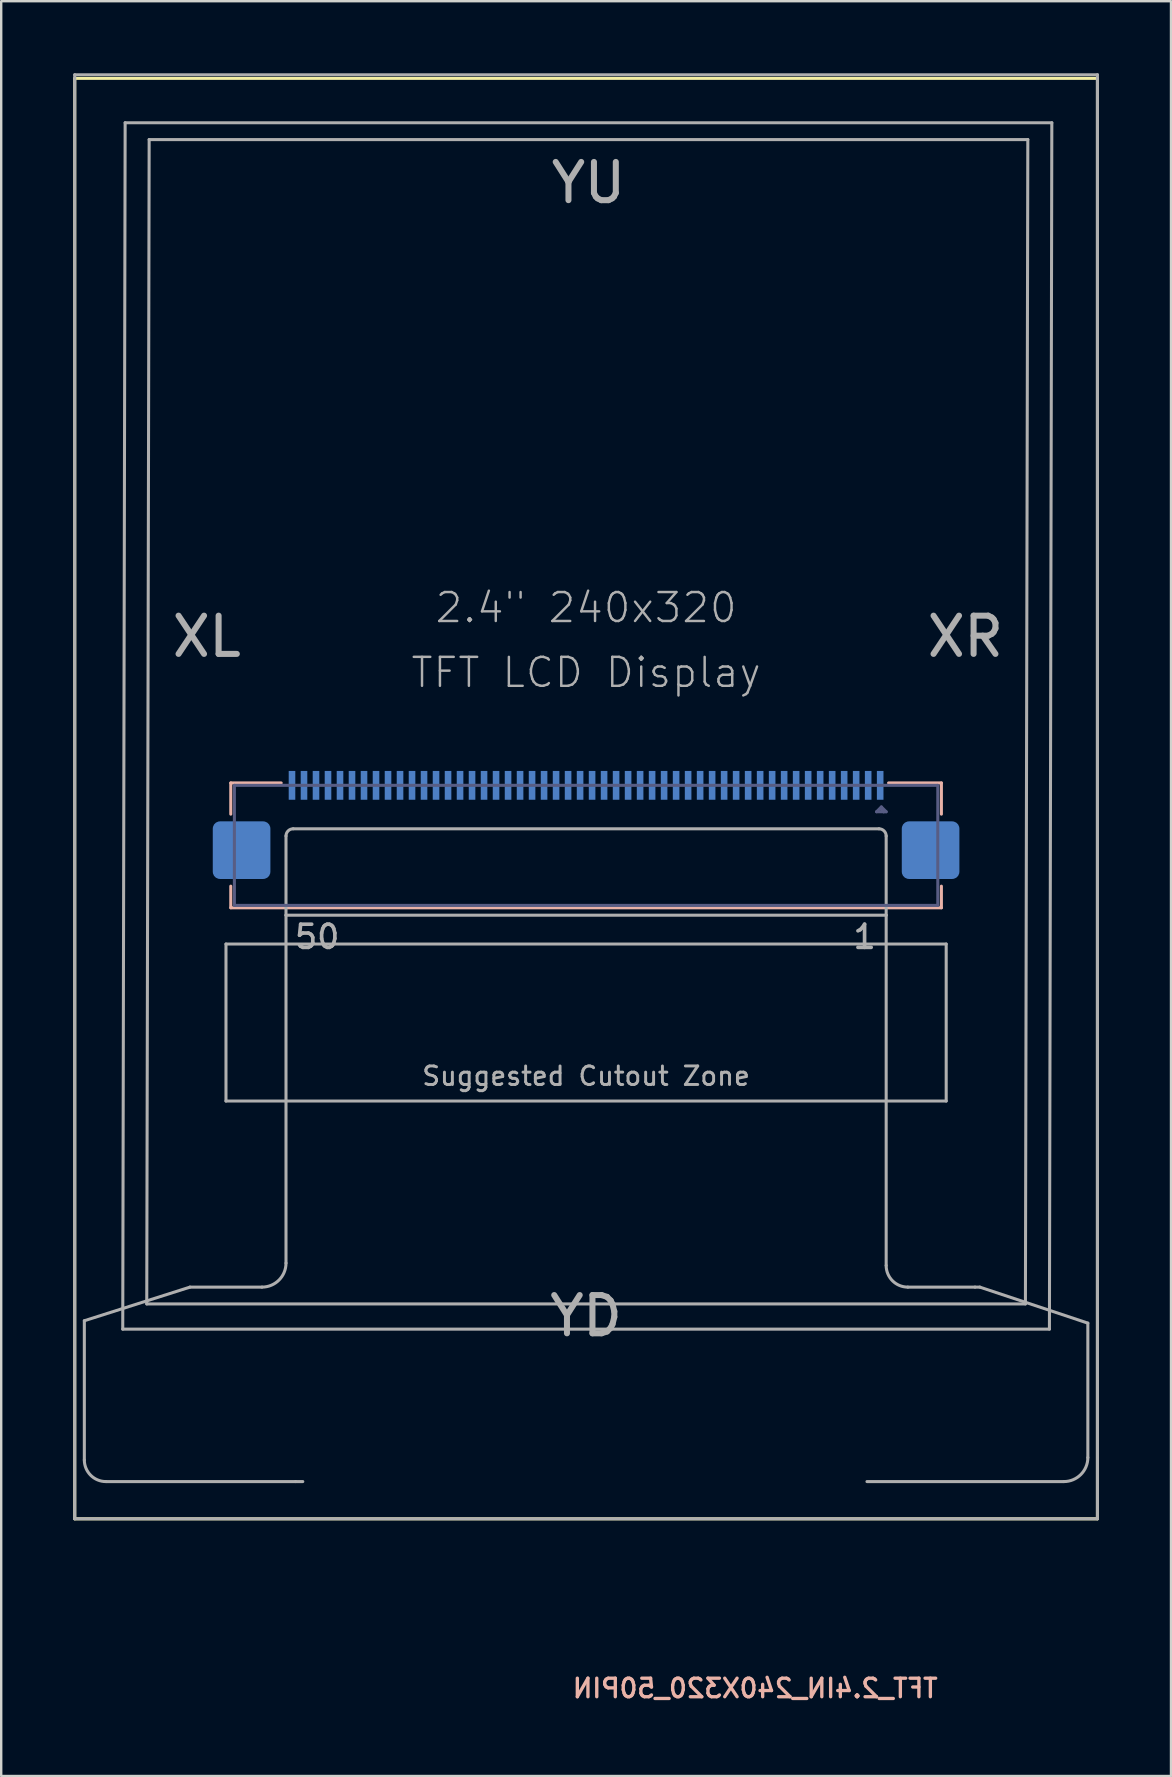
<source format=kicad_pcb>
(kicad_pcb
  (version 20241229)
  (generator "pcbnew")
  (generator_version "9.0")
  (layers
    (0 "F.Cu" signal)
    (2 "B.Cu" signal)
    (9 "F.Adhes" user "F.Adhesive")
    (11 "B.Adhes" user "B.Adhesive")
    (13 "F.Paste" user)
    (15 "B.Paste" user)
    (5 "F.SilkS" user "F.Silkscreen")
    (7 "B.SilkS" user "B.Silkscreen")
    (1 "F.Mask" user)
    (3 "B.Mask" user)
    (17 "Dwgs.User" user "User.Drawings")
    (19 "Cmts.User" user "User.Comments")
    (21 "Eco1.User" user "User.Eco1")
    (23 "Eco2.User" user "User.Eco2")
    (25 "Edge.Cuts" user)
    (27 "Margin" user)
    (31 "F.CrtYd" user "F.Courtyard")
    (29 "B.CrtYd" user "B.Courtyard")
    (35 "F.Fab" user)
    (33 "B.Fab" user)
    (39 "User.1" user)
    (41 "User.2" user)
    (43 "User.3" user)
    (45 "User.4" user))
  (footprint "TFT_2.4IN_240X320_50PIN"
    (layer "F.Cu")
    (at 21.363 58.214)
    (property "Reference" "TFT_2.4IN_240X320_50PIN" (at 14.726 9.513 180) (layer "B.SilkS") (effects (font (size 0.772 0.772) (thickness 0.139)) (justify left bottom mirror)))
    (attr through_hole)
    (fp_poly (pts (xy -12.4 -27.891) (xy -12.1 -27.891) (xy -12.1 -29.191) (xy -12.4 -29.191)) (stroke (width 0) (type solid)) (fill yes) (layer "B.Mask"))
    (fp_poly (pts (xy -11.9 -27.891) (xy -11.6 -27.891) (xy -11.6 -29.191) (xy -11.9 -29.191)) (stroke (width 0) (type solid)) (fill yes) (layer "B.Mask"))
    (fp_poly (pts (xy -11.4 -27.891) (xy -11.1 -27.891) (xy -11.1 -29.191) (xy -11.4 -29.191)) (stroke (width 0) (type solid)) (fill yes) (layer "B.Mask"))
    (fp_poly (pts (xy -10.9 -27.891) (xy -10.6 -27.891) (xy -10.6 -29.191) (xy -10.9 -29.191)) (stroke (width 0) (type solid)) (fill yes) (layer "B.Mask"))
    (fp_poly (pts (xy -10.4 -27.891) (xy -10.1 -27.891) (xy -10.1 -29.191) (xy -10.4 -29.191)) (stroke (width 0) (type solid)) (fill yes) (layer "B.Mask"))
    (fp_poly (pts (xy -9.9 -27.891) (xy -9.6 -27.891) (xy -9.6 -29.191) (xy -9.9 -29.191)) (stroke (width 0) (type solid)) (fill yes) (layer "B.Mask"))
    (fp_poly (pts (xy -9.4 -27.891) (xy -9.1 -27.891) (xy -9.1 -29.191) (xy -9.4 -29.191)) (stroke (width 0) (type solid)) (fill yes) (layer "B.Mask"))
    (fp_poly (pts (xy -8.9 -27.891) (xy -8.6 -27.891) (xy -8.6 -29.191) (xy -8.9 -29.191)) (stroke (width 0) (type solid)) (fill yes) (layer "B.Mask"))
    (fp_poly (pts (xy -8.4 -27.891) (xy -8.1 -27.891) (xy -8.1 -29.191) (xy -8.4 -29.191)) (stroke (width 0) (type solid)) (fill yes) (layer "B.Mask"))
    (fp_poly (pts (xy -7.9 -27.891) (xy -7.6 -27.891) (xy -7.6 -29.191) (xy -7.9 -29.191)) (stroke (width 0) (type solid)) (fill yes) (layer "B.Mask"))
    (fp_poly (pts (xy -7.4 -27.891) (xy -7.1 -27.891) (xy -7.1 -29.191) (xy -7.4 -29.191)) (stroke (width 0) (type solid)) (fill yes) (layer "B.Mask"))
    (fp_poly (pts (xy -6.9 -27.891) (xy -6.6 -27.891) (xy -6.6 -29.191) (xy -6.9 -29.191)) (stroke (width 0) (type solid)) (fill yes) (layer "B.Mask"))
    (fp_poly (pts (xy -6.4 -27.891) (xy -6.1 -27.891) (xy -6.1 -29.191) (xy -6.4 -29.191)) (stroke (width 0) (type solid)) (fill yes) (layer "B.Mask"))
    (fp_poly (pts (xy -5.9 -27.891) (xy -5.6 -27.891) (xy -5.6 -29.191) (xy -5.9 -29.191)) (stroke (width 0) (type solid)) (fill yes) (layer "B.Mask"))
    (fp_poly (pts (xy -5.4 -27.891) (xy -5.1 -27.891) (xy -5.1 -29.191) (xy -5.4 -29.191)) (stroke (width 0) (type solid)) (fill yes) (layer "B.Mask"))
    (fp_poly (pts (xy -4.9 -27.891) (xy -4.6 -27.891) (xy -4.6 -29.191) (xy -4.9 -29.191)) (stroke (width 0) (type solid)) (fill yes) (layer "B.Mask"))
    (fp_poly (pts (xy -4.4 -27.891) (xy -4.1 -27.891) (xy -4.1 -29.191) (xy -4.4 -29.191)) (stroke (width 0) (type solid)) (fill yes) (layer "B.Mask"))
    (fp_poly (pts (xy -3.9 -27.891) (xy -3.6 -27.891) (xy -3.6 -29.191) (xy -3.9 -29.191)) (stroke (width 0) (type solid)) (fill yes) (layer "B.Mask"))
    (fp_poly (pts (xy -3.4 -27.891) (xy -3.1 -27.891) (xy -3.1 -29.191) (xy -3.4 -29.191)) (stroke (width 0) (type solid)) (fill yes) (layer "B.Mask"))
    (fp_poly (pts (xy -2.9 -27.891) (xy -2.6 -27.891) (xy -2.6 -29.191) (xy -2.9 -29.191)) (stroke (width 0) (type solid)) (fill yes) (layer "B.Mask"))
    (fp_poly (pts (xy -2.4 -27.891) (xy -2.1 -27.891) (xy -2.1 -29.191) (xy -2.4 -29.191)) (stroke (width 0) (type solid)) (fill yes) (layer "B.Mask"))
    (fp_poly (pts (xy -1.9 -27.891) (xy -1.6 -27.891) (xy -1.6 -29.191) (xy -1.9 -29.191)) (stroke (width 0) (type solid)) (fill yes) (layer "B.Mask"))
    (fp_poly (pts (xy -1.4 -27.891) (xy -1.1 -27.891) (xy -1.1 -29.191) (xy -1.4 -29.191)) (stroke (width 0) (type solid)) (fill yes) (layer "B.Mask"))
    (fp_poly (pts (xy -0.9 -27.891) (xy -0.6 -27.891) (xy -0.6 -29.191) (xy -0.9 -29.191)) (stroke (width 0) (type solid)) (fill yes) (layer "B.Mask"))
    (fp_poly (pts (xy -0.4 -27.891) (xy -0.1 -27.891) (xy -0.1 -29.191) (xy -0.4 -29.191)) (stroke (width 0) (type solid)) (fill yes) (layer "B.Mask"))
    (fp_poly (pts (xy 0.1 -27.891) (xy 0.4 -27.891) (xy 0.4 -29.191) (xy 0.1 -29.191)) (stroke (width 0) (type solid)) (fill yes) (layer "B.Mask"))
    (fp_poly (pts (xy 0.6 -27.891) (xy 0.9 -27.891) (xy 0.9 -29.191) (xy 0.6 -29.191)) (stroke (width 0) (type solid)) (fill yes) (layer "B.Mask"))
    (fp_poly (pts (xy 1.1 -27.891) (xy 1.4 -27.891) (xy 1.4 -29.191) (xy 1.1 -29.191)) (stroke (width 0) (type solid)) (fill yes) (layer "B.Mask"))
    (fp_poly (pts (xy 1.6 -27.891) (xy 1.9 -27.891) (xy 1.9 -29.191) (xy 1.6 -29.191)) (stroke (width 0) (type solid)) (fill yes) (layer "B.Mask"))
    (fp_poly (pts (xy 2.1 -27.891) (xy 2.4 -27.891) (xy 2.4 -29.191) (xy 2.1 -29.191)) (stroke (width 0) (type solid)) (fill yes) (layer "B.Mask"))
    (fp_poly (pts (xy 2.6 -27.891) (xy 2.9 -27.891) (xy 2.9 -29.191) (xy 2.6 -29.191)) (stroke (width 0) (type solid)) (fill yes) (layer "B.Mask"))
    (fp_poly (pts (xy 3.1 -27.891) (xy 3.4 -27.891) (xy 3.4 -29.191) (xy 3.1 -29.191)) (stroke (width 0) (type solid)) (fill yes) (layer "B.Mask"))
    (fp_poly (pts (xy 3.6 -27.891) (xy 3.9 -27.891) (xy 3.9 -29.191) (xy 3.6 -29.191)) (stroke (width 0) (type solid)) (fill yes) (layer "B.Mask"))
    (fp_poly (pts (xy 4.1 -27.891) (xy 4.4 -27.891) (xy 4.4 -29.191) (xy 4.1 -29.191)) (stroke (width 0) (type solid)) (fill yes) (layer "B.Mask"))
    (fp_poly (pts (xy 4.6 -27.891) (xy 4.9 -27.891) (xy 4.9 -29.191) (xy 4.6 -29.191)) (stroke (width 0) (type solid)) (fill yes) (layer "B.Mask"))
    (fp_poly (pts (xy 5.1 -27.891) (xy 5.4 -27.891) (xy 5.4 -29.191) (xy 5.1 -29.191)) (stroke (width 0) (type solid)) (fill yes) (layer "B.Mask"))
    (fp_poly (pts (xy 5.6 -27.891) (xy 5.9 -27.891) (xy 5.9 -29.191) (xy 5.6 -29.191)) (stroke (width 0) (type solid)) (fill yes) (layer "B.Mask"))
    (fp_poly (pts (xy 6.1 -27.891) (xy 6.4 -27.891) (xy 6.4 -29.191) (xy 6.1 -29.191)) (stroke (width 0) (type solid)) (fill yes) (layer "B.Mask"))
    (fp_poly (pts (xy 6.6 -27.891) (xy 6.9 -27.891) (xy 6.9 -29.191) (xy 6.6 -29.191)) (stroke (width 0) (type solid)) (fill yes) (layer "B.Mask"))
    (fp_poly (pts (xy 7.1 -27.891) (xy 7.4 -27.891) (xy 7.4 -29.191) (xy 7.1 -29.191)) (stroke (width 0) (type solid)) (fill yes) (layer "B.Mask"))
    (fp_poly (pts (xy 7.6 -27.891) (xy 7.9 -27.891) (xy 7.9 -29.191) (xy 7.6 -29.191)) (stroke (width 0) (type solid)) (fill yes) (layer "B.Mask"))
    (fp_poly (pts (xy 8.1 -27.891) (xy 8.4 -27.891) (xy 8.4 -29.191) (xy 8.1 -29.191)) (stroke (width 0) (type solid)) (fill yes) (layer "B.Mask"))
    (fp_poly (pts (xy 8.6 -27.891) (xy 8.9 -27.891) (xy 8.9 -29.191) (xy 8.6 -29.191)) (stroke (width 0) (type solid)) (fill yes) (layer "B.Mask"))
    (fp_poly (pts (xy 9.1 -27.891) (xy 9.4 -27.891) (xy 9.4 -29.191) (xy 9.1 -29.191)) (stroke (width 0) (type solid)) (fill yes) (layer "B.Mask"))
    (fp_poly (pts (xy 9.6 -27.891) (xy 9.9 -27.891) (xy 9.9 -29.191) (xy 9.6 -29.191)) (stroke (width 0) (type solid)) (fill yes) (layer "B.Mask"))
    (fp_poly (pts (xy 10.1 -27.891) (xy 10.4 -27.891) (xy 10.4 -29.191) (xy 10.1 -29.191)) (stroke (width 0) (type solid)) (fill yes) (layer "B.Mask"))
    (fp_poly (pts (xy 10.6 -27.891) (xy 10.9 -27.891) (xy 10.9 -29.191) (xy 10.6 -29.191)) (stroke (width 0) (type solid)) (fill yes) (layer "B.Mask"))
    (fp_poly (pts (xy 11.1 -27.891) (xy 11.4 -27.891) (xy 11.4 -29.191) (xy 11.1 -29.191)) (stroke (width 0) (type solid)) (fill yes) (layer "B.Mask"))
    (fp_poly (pts (xy 11.6 -27.891) (xy 11.9 -27.891) (xy 11.9 -29.191) (xy 11.6 -29.191)) (stroke (width 0) (type solid)) (fill yes) (layer "B.Mask"))
    (fp_poly (pts (xy 12.1 -27.891) (xy 12.4 -27.891) (xy 12.4 -29.191) (xy 12.1 -29.191)) (stroke (width 0) (type solid)) (fill yes) (layer "B.Mask"))
    (fp_line (start -21.3 -58) (end 21.3 -58) (stroke (width 0.127) (type solid)) (layer "F.SilkS"))
    (fp_line (start -21.3 2) (end -21.3 -58) (stroke (width 0.127) (type solid)) (layer "F.SilkS"))
    (fp_line (start 21.3 -58) (end 21.3 2) (stroke (width 0.127) (type solid)) (layer "F.SilkS"))
    (fp_line (start 21.3 2) (end -21.3 2) (stroke (width 0.127) (type solid)) (layer "F.SilkS"))
    (fp_line (start -14.8 -28.651) (end -14.8 -27.351) (stroke (width 0.127) (type solid)) (layer "B.SilkS"))
    (fp_line (start -14.8 -23.451) (end -14.8 -24.351) (stroke (width 0.127) (type solid)) (layer "B.SilkS"))
    (fp_line (start -12.7 -28.651) (end -14.8 -28.651) (stroke (width 0.127) (type solid)) (layer "B.SilkS"))
    (fp_line (start 12.6 -28.651) (end 14.8 -28.651) (stroke (width 0.127) (type solid)) (layer "B.SilkS"))
    (fp_line (start 14.8 -28.651) (end 14.8 -27.351) (stroke (width 0.127) (type solid)) (layer "B.SilkS"))
    (fp_line (start 14.8 -24.351) (end 14.8 -23.451) (stroke (width 0.127) (type solid)) (layer "B.SilkS"))
    (fp_line (start 14.8 -23.451) (end -14.8 -23.451) (stroke (width 0.127) (type solid)) (layer "B.SilkS"))
    (fp_line (start -14.65 -28.551) (end -14.65 -23.551) (stroke (width 0.127) (type solid)) (layer "B.Fab"))
    (fp_line (start 12.1 -27.451) (end 12.4 -27.451) (stroke (width 0.127) (type solid)) (layer "B.Fab"))
    (fp_line (start 12.3 -27.651) (end 12.1 -27.451) (stroke (width 0.127) (type solid)) (layer "B.Fab"))
    (fp_line (start 12.4 -27.451) (end 12.3 -27.551) (stroke (width 0.127) (type solid)) (layer "B.Fab"))
    (fp_line (start 12.5 -27.451) (end 12.3 -27.651) (stroke (width 0.127) (type solid)) (layer "B.Fab"))
    (fp_line (start 12.5 -27.451) (end 12.4 -27.451) (stroke (width 0.127) (type solid)) (layer "B.Fab"))
    (fp_line (start 14.65 -28.551) (end -14.65 -28.551) (stroke (width 0.127) (type solid)) (layer "B.Fab"))
    (fp_line (start 14.65 -23.551) (end -14.65 -23.551) (stroke (width 0.127) (type solid)) (layer "B.Fab"))
    (fp_line (start 14.65 -23.551) (end 14.65 -28.551) (stroke (width 0.127) (type solid)) (layer "B.Fab"))
    (fp_line (start -21.3 -58.15) (end 21.3 -58.15) (stroke (width 0.127) (type solid)) (layer "F.Fab"))
    (fp_line (start -21.3 2) (end -21.3 -58.15) (stroke (width 0.127) (type solid)) (layer "F.Fab"))
    (fp_line (start -20.9 -6.25) (end -16.5 -7.65) (stroke (width 0.127) (type solid)) (layer "F.Fab"))
    (fp_line (start -20.9 -0.45) (end -20.9 -6.25) (stroke (width 0.127) (type solid)) (layer "F.Fab"))
    (fp_line (start -19.3 -5.9) (end -19.2 -56.15) (stroke (width 0.127) (type solid)) (layer "F.Fab"))
    (fp_line (start -19.2 -56.15) (end 19.4 -56.15) (stroke (width 0.127) (type solid)) (layer "F.Fab"))
    (fp_line (start -18.3 -6.95) (end -18.2 -55.45) (stroke (width 0.127) (type solid)) (layer "F.Fab"))
    (fp_line (start -18.2 -55.45) (end 18.4 -55.45) (stroke (width 0.127) (type solid)) (layer "F.Fab"))
    (fp_line (start -16.5 -7.65) (end -13.5 -7.65) (stroke (width 0.127) (type solid)) (layer "F.Fab"))
    (fp_line (start -15 -21.941) (end 15 -21.941) (stroke (width 0.127) (type solid)) (layer "F.Fab"))
    (fp_line (start -15 -15.401) (end -15 -21.941) (stroke (width 0.127) (type solid)) (layer "F.Fab"))
    (fp_line (start -12.5 -23.141) (end -12.5 -26.441) (stroke (width 0.127) (type solid)) (layer "F.Fab"))
    (fp_line (start -12.5 -23.141) (end 12.5 -23.141) (stroke (width 0.127) (type solid)) (layer "F.Fab"))
    (fp_line (start -12.5 -8.65) (end -12.5 -23.141) (stroke (width 0.127) (type solid)) (layer "F.Fab"))
    (fp_line (start -12.2 -26.741) (end 12.2 -26.741) (stroke (width 0.127) (type solid)) (layer "F.Fab"))
    (fp_line (start -12.1 0.45) (end -20 0.45) (stroke (width 0.127) (type solid)) (layer "F.Fab"))
    (fp_line (start -11.8 0.45) (end -12.1 0.45) (stroke (width 0.127) (type solid)) (layer "F.Fab"))
    (fp_line (start 12.5 -26.441) (end 12.5 -23.141) (stroke (width 0.127) (type solid)) (layer "F.Fab"))
    (fp_line (start 12.5 -23.141) (end 12.5 -8.55) (stroke (width 0.127) (type solid)) (layer "F.Fab"))
    (fp_line (start 13.4 -7.65) (end 16.2 -7.65) (stroke (width 0.127) (type solid)) (layer "F.Fab"))
    (fp_line (start 15 -21.941) (end 15 -15.401) (stroke (width 0.127) (type solid)) (layer "F.Fab"))
    (fp_line (start 15 -15.401) (end -15 -15.401) (stroke (width 0.127) (type solid)) (layer "F.Fab"))
    (fp_line (start 16.2 -7.65) (end 16.4 -7.65) (stroke (width 0.127) (type solid)) (layer "F.Fab"))
    (fp_line (start 16.4 -7.65) (end 20.9 -6.15) (stroke (width 0.127) (type solid)) (layer "F.Fab"))
    (fp_line (start 18.3 -6.95) (end -18.3 -6.95) (stroke (width 0.127) (type solid)) (layer "F.Fab"))
    (fp_line (start 18.4 -55.45) (end 18.3 -6.95) (stroke (width 0.127) (type solid)) (layer "F.Fab"))
    (fp_line (start 19.3 -5.9) (end -19.3 -5.9) (stroke (width 0.127) (type solid)) (layer "F.Fab"))
    (fp_line (start 19.4 -56.15) (end 19.3 -5.9) (stroke (width 0.127) (type solid)) (layer "F.Fab"))
    (fp_line (start 19.9 0.45) (end 11.7 0.45) (stroke (width 0.127) (type solid)) (layer "F.Fab"))
    (fp_line (start 20.9 -6.15) (end 20.9 -0.55) (stroke (width 0.127) (type solid)) (layer "F.Fab"))
    (fp_line (start 21.3 -58.15) (end 21.3 2) (stroke (width 0.127) (type solid)) (layer "F.Fab"))
    (fp_line (start 21.3 2) (end -21.3 2) (stroke (width 0.127) (type solid)) (layer "F.Fab"))
    (fp_arc (start -20 0.45) (mid -20.636396 0.186396) (end -20.9 -0.45) (stroke (width 0.127) (type solid)) (layer "F.Fab"))
    (fp_arc (start -12.5 -26.441) (mid -12.412132 -26.653132) (end -12.2 -26.741) (stroke (width 0.127) (type solid)) (layer "F.Fab"))
    (fp_arc (start -12.5 -8.65) (mid -12.792893 -7.942893) (end -13.5 -7.65) (stroke (width 0.127) (type solid)) (layer "F.Fab"))
    (fp_arc (start 12.2 -26.741) (mid 12.412132 -26.653132) (end 12.5 -26.441) (stroke (width 0.127) (type solid)) (layer "F.Fab"))
    (fp_arc (start 13.4 -7.65) (mid 12.763604 -7.913604) (end 12.5 -8.55) (stroke (width 0.127) (type solid)) (layer "F.Fab"))
    (fp_arc (start 20.9 -0.55) (mid 20.607107 0.157107) (end 19.9 0.45) (stroke (width 0.127) (type solid)) (layer "F.Fab"))
    (fp_text user "YU" (at 0.1 -53.65 0) (layer "F.Fab") (effects (font (size 1.593 1.593) (thickness 0.251))))
    (fp_text user "YD" (at 0 -6.45 0) (layer "F.Fab") (effects (font (size 1.593 1.593) (thickness 0.251))))
    (fp_text user "Suggested Cutout Zone" (at 0 -16.441 0) (layer "F.Fab") (effects (font (size 0.772 0.772) (thickness 0.122))))
    (fp_text user "XR" (at 15.8 -34.75 0) (layer "F.Fab") (effects (font (size 1.593 1.593) (thickness 0.251))))
    (fp_text user "TFT LCD Display" (at 0 -33.25 0) (layer "F.Fab") (effects (font (size 1.206 1.206) (thickness 0.102))))
    (fp_text user "2.4\" 240x320" (at 0 -35.95 0) (layer "F.Fab") (effects (font (size 1.206 1.206) (thickness 0.102))))
    (fp_text user "1" (at 11.6 -22.241 0) (layer "F.Fab") (effects (font (size 0.965 0.965) (thickness 0.152))))
    (fp_text user "50" (at -11.2 -22.241 0) (layer "F.Fab") (effects (font (size 0.965 0.965) (thickness 0.152))))
    (fp_text user "XL" (at -15.8 -34.75 0) (layer "F.Fab") (effects (font (size 1.593 1.593) (thickness 0.251))))
    (pad "1" smd rect (at 12.25 -28.551 180) (size 0.275 1.2) (layers "B.Cu" "B.Mask" "B.Paste"))
    (pad "2" smd rect (at 11.75 -28.551 180) (size 0.275 1.2) (layers "B.Cu" "B.Mask" "B.Paste"))
    (pad "3" smd rect (at 11.25 -28.551 180) (size 0.275 1.2) (layers "B.Cu" "B.Mask" "B.Paste"))
    (pad "4" smd rect (at 10.75 -28.551 180) (size 0.275 1.2) (layers "B.Cu" "B.Mask" "B.Paste"))
    (pad "5" smd rect (at 10.25 -28.551 180) (size 0.275 1.2) (layers "B.Cu" "B.Mask" "B.Paste"))
    (pad "6" smd rect (at 9.75 -28.551 180) (size 0.275 1.2) (layers "B.Cu" "B.Mask" "B.Paste"))
    (pad "7" smd rect (at 9.25 -28.551 180) (size 0.275 1.2) (layers "B.Cu" "B.Mask" "B.Paste"))
    (pad "8" smd rect (at 8.75 -28.551 180) (size 0.275 1.2) (layers "B.Cu" "B.Mask" "B.Paste"))
    (pad "9" smd rect (at 8.25 -28.551 180) (size 0.275 1.2) (layers "B.Cu" "B.Mask" "B.Paste"))
    (pad "10" smd rect (at 7.75 -28.551 180) (size 0.275 1.2) (layers "B.Cu" "B.Mask" "B.Paste"))
    (pad "11" smd rect (at 7.25 -28.551 180) (size 0.275 1.2) (layers "B.Cu" "B.Mask" "B.Paste"))
    (pad "12" smd rect (at 6.75 -28.551 180) (size 0.275 1.2) (layers "B.Cu" "B.Mask" "B.Paste"))
    (pad "13" smd rect (at 6.25 -28.551 180) (size 0.275 1.2) (layers "B.Cu" "B.Mask" "B.Paste"))
    (pad "14" smd rect (at 5.75 -28.551 180) (size 0.275 1.2) (layers "B.Cu" "B.Mask" "B.Paste"))
    (pad "15" smd rect (at 5.25 -28.551 180) (size 0.275 1.2) (layers "B.Cu" "B.Mask" "B.Paste"))
    (pad "16" smd rect (at 4.75 -28.551 180) (size 0.275 1.2) (layers "B.Cu" "B.Mask" "B.Paste"))
    (pad "17" smd rect (at 4.25 -28.551 180) (size 0.275 1.2) (layers "B.Cu" "B.Mask" "B.Paste"))
    (pad "18" smd rect (at 3.75 -28.551 180) (size 0.275 1.2) (layers "B.Cu" "B.Mask" "B.Paste"))
    (pad "19" smd rect (at 3.25 -28.551 180) (size 0.275 1.2) (layers "B.Cu" "B.Mask" "B.Paste"))
    (pad "20" smd rect (at 2.75 -28.551 180) (size 0.275 1.2) (layers "B.Cu" "B.Mask" "B.Paste"))
    (pad "21" smd rect (at 2.25 -28.551 180) (size 0.275 1.2) (layers "B.Cu" "B.Mask" "B.Paste"))
    (pad "22" smd rect (at 1.75 -28.551 180) (size 0.275 1.2) (layers "B.Cu" "B.Mask" "B.Paste"))
    (pad "23" smd rect (at 1.25 -28.551 180) (size 0.275 1.2) (layers "B.Cu" "B.Mask" "B.Paste"))
    (pad "24" smd rect (at 0.75 -28.551 180) (size 0.275 1.2) (layers "B.Cu" "B.Mask" "B.Paste"))
    (pad "25" smd rect (at 0.25 -28.551 180) (size 0.275 1.2) (layers "B.Cu" "B.Mask" "B.Paste"))
    (pad "26" smd rect (at -0.25 -28.551 180) (size 0.275 1.2) (layers "B.Cu" "B.Mask" "B.Paste"))
    (pad "27" smd rect (at -0.75 -28.551 180) (size 0.275 1.2) (layers "B.Cu" "B.Mask" "B.Paste"))
    (pad "28" smd rect (at -1.25 -28.551 180) (size 0.275 1.2) (layers "B.Cu" "B.Mask" "B.Paste"))
    (pad "29" smd rect (at -1.75 -28.551 180) (size 0.275 1.2) (layers "B.Cu" "B.Mask" "B.Paste"))
    (pad "30" smd rect (at -2.25 -28.551 180) (size 0.275 1.2) (layers "B.Cu" "B.Mask" "B.Paste"))
    (pad "31" smd rect (at -2.75 -28.551 180) (size 0.275 1.2) (layers "B.Cu" "B.Mask" "B.Paste"))
    (pad "32" smd rect (at -3.25 -28.551 180) (size 0.275 1.2) (layers "B.Cu" "B.Mask" "B.Paste"))
    (pad "33" smd rect (at -3.75 -28.551 180) (size 0.275 1.2) (layers "B.Cu" "B.Mask" "B.Paste"))
    (pad "34" smd rect (at -4.25 -28.551 180) (size 0.275 1.2) (layers "B.Cu" "B.Mask" "B.Paste"))
    (pad "35" smd rect (at -4.75 -28.551 180) (size 0.275 1.2) (layers "B.Cu" "B.Mask" "B.Paste"))
    (pad "36" smd rect (at -5.25 -28.551 180) (size 0.275 1.2) (layers "B.Cu" "B.Mask" "B.Paste"))
    (pad "37" smd rect (at -5.75 -28.551 180) (size 0.275 1.2) (layers "B.Cu" "B.Mask" "B.Paste"))
    (pad "38" smd rect (at -6.25 -28.551 180) (size 0.275 1.2) (layers "B.Cu" "B.Mask" "B.Paste"))
    (pad "39" smd rect (at -6.75 -28.551 180) (size 0.275 1.2) (layers "B.Cu" "B.Mask" "B.Paste"))
    (pad "40" smd rect (at -7.25 -28.551 180) (size 0.275 1.2) (layers "B.Cu" "B.Mask" "B.Paste"))
    (pad "41" smd rect (at -7.75 -28.551 180) (size 0.275 1.2) (layers "B.Cu" "B.Mask" "B.Paste"))
    (pad "42" smd rect (at -8.25 -28.551 180) (size 0.275 1.2) (layers "B.Cu" "B.Mask" "B.Paste"))
    (pad "43" smd rect (at -8.75 -28.551 180) (size 0.275 1.2) (layers "B.Cu" "B.Mask" "B.Paste"))
    (pad "44" smd rect (at -9.25 -28.551 180) (size 0.275 1.2) (layers "B.Cu" "B.Mask" "B.Paste"))
    (pad "45" smd rect (at -9.75 -28.551 180) (size 0.275 1.2) (layers "B.Cu" "B.Mask" "B.Paste"))
    (pad "46" smd rect (at -10.25 -28.551 180) (size 0.275 1.2) (layers "B.Cu" "B.Mask" "B.Paste"))
    (pad "47" smd rect (at -10.75 -28.551 180) (size 0.275 1.2) (layers "B.Cu" "B.Mask" "B.Paste"))
    (pad "48" smd rect (at -11.25 -28.551 180) (size 0.275 1.2) (layers "B.Cu" "B.Mask" "B.Paste"))
    (pad "49" smd rect (at -11.75 -28.551 180) (size 0.275 1.2) (layers "B.Cu" "B.Mask" "B.Paste"))
    (pad "50" smd rect (at -12.25 -28.551 180) (size 0.275 1.2) (layers "B.Cu" "B.Mask" "B.Paste"))
    (pad "PAD1" smd roundrect (at 14.35 -25.851 180) (size 2.4 2.4) (layers "B.Cu" "B.Mask" "B.Paste") (roundrect_rratio 0.125))
    (pad "PAD2" smd roundrect (at -14.35 -25.851 180) (size 2.4 2.4) (layers "B.Cu" "B.Mask" "B.Paste") (roundrect_rratio 0.125)))
  (gr_rect
    (start -3 -3)
    (end 45.727 70.929)
    (stroke (width 0.1) (type default))
    (fill no)
    (layer "Edge.Cuts")))
</source>
